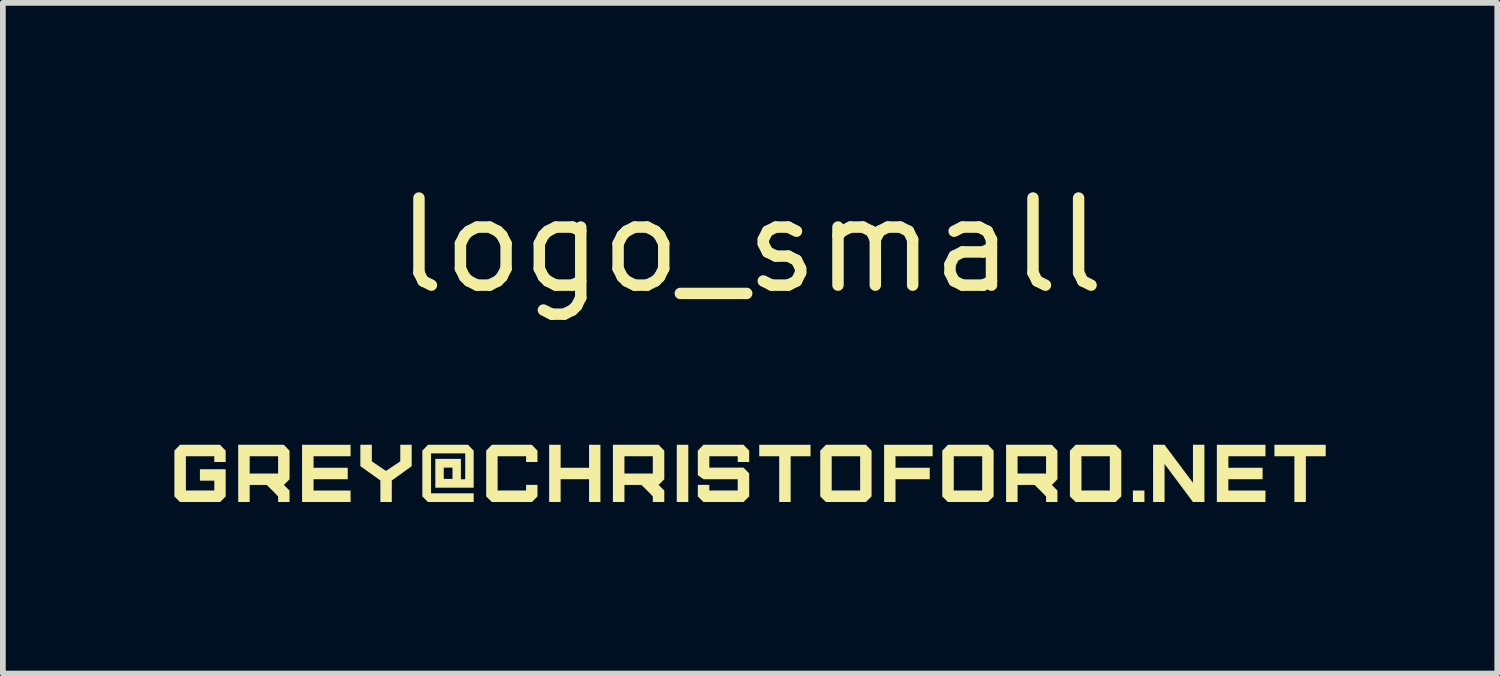
<source format=kicad_pcb>
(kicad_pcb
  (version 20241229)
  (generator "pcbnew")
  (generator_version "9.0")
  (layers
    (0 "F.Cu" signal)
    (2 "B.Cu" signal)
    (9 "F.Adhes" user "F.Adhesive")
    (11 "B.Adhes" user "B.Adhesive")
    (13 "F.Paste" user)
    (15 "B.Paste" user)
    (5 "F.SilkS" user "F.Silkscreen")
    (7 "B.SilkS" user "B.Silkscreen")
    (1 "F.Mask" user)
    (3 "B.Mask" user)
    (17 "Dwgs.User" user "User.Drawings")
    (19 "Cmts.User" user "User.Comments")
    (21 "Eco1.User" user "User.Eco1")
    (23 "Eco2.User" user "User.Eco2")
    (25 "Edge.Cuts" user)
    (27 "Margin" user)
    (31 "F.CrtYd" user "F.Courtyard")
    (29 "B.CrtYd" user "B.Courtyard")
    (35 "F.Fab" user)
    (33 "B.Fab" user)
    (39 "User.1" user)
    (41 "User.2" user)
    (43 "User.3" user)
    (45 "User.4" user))
  (footprint "logo_small"
    (layer "F.Cu")
    (at 10.084 5.243)
    (property "Reference" "logo_small" (at 0 -4 0) (layer "F.SilkS") (effects (font (size 1.524 1.524) (thickness 0.2))))
    (attr through_hole)
    (fp_poly (pts (xy -1.295 -0.512) (xy -1.295 0.488) (xy -1.095 0.488) (xy -1.095 -0.512)) (stroke (width 0.001) (type solid)) (fill yes) (layer "F.SilkS"))
    (fp_poly (pts (xy 6.884 0.288) (xy 6.684 0.288) (xy 6.684 0.488) (xy 6.884 0.488)) (stroke (width 0.001) (type solid)) (fill yes) (layer "F.SilkS"))
    (fp_poly (pts (xy 1.043 -0.512) (xy 0.147 -0.512) (xy 0.147 -0.312) (xy 0.496 -0.312) (xy 0.496 0.488) (xy 0.696 0.488) (xy 0.696 -0.312) (xy 1.043 -0.312)) (stroke (width 0.001) (type solid)) (fill yes) (layer "F.SilkS"))
    (fp_poly (pts (xy 10.055 -0.512) (xy 9.159 -0.512) (xy 9.159 -0.312) (xy 9.508 -0.312) (xy 9.508 0.488) (xy 9.708 0.488) (xy 9.708 -0.312) (xy 10.055 -0.312)) (stroke (width 0.001) (type solid)) (fill yes) (layer "F.SilkS"))
    (fp_poly (pts (xy 2.331 -0.512) (xy 2.331 0.488) (xy 2.53 0.488) (xy 2.53 0.089) (xy 3.129 0.089) (xy 3.129 -0.11) (xy 2.53 -0.11) (xy 2.53 -0.312) (xy 3.179 -0.312) (xy 3.179 -0.512)) (stroke (width 0.001) (type solid)) (fill yes) (layer "F.SilkS"))
    (fp_poly (pts (xy 7.236 -0.512) (xy 7.036 -0.512) (xy 7.036 0.488) (xy 7.236 0.488) (xy 7.236 -0.179) (xy 7.734 0.488) (xy 7.933 0.488) (xy 7.933 -0.512) (xy 7.734 -0.512) (xy 7.734 0.154)) (stroke (width 0.001) (type solid)) (fill yes) (layer "F.SilkS"))
    (fp_poly (pts (xy -7.65 0.089) (xy -7.052 0.089) (xy -7.052 -0.11) (xy -7.65 -0.11) (xy -7.65 -0.312) (xy -7.002 -0.312) (xy -7.002 -0.512) (xy -7.85 -0.512) (xy -7.85 0.488) (xy -7.002 0.488) (xy -7.002 0.288) (xy -7.65 0.288)) (stroke (width 0.001) (type solid)) (fill yes) (layer "F.SilkS"))
    (fp_poly (pts (xy -3.328 -0.512) (xy -3.528 -0.512) (xy -3.528 0.488) (xy -3.328 0.488) (xy -3.328 0.089) (xy -2.83 0.089) (xy -2.83 0.488) (xy -2.632 0.488) (xy -2.632 -0.512) (xy -2.83 -0.512) (xy -2.83 -0.11) (xy -3.328 -0.11)) (stroke (width 0.001) (type solid)) (fill yes) (layer "F.SilkS"))
    (fp_poly (pts (xy 9.001 -0.512) (xy 8.152 -0.512) (xy 8.152 0.488) (xy 9.001 0.488) (xy 9.001 0.288) (xy 8.352 0.288) (xy 8.352 0.089) (xy 8.951 0.089) (xy 8.951 -0.11) (xy 8.352 -0.11) (xy 8.352 -0.312) (xy 9.001 -0.312)) (stroke (width 0.001) (type solid)) (fill yes) (layer "F.SilkS"))
    (fp_poly (pts (xy -6.132 -0.223) (xy -6.383 -0.055) (xy -6.63 -0.223) (xy -6.63 -0.512) (xy -6.83 -0.512) (xy -6.83 -0.139) (xy -6.48 0.111) (xy -6.48 0.488) (xy -6.281 0.488) (xy -6.281 0.111) (xy -5.933 -0.139) (xy -5.933 -0.512) (xy -6.132 -0.512)) (stroke (width 0.001) (type solid)) (fill yes) (layer "F.SilkS"))
    (fp_poly (pts (xy 1.214 -0.41) (xy 1.414 -0.312) (xy 1.912 -0.312) (xy 1.912 0.288) (xy 1.414 0.288) (xy 1.414 -0.312) (xy 1.214 -0.41) (xy 1.214 0.39) (xy 1.313 0.488) (xy 2.012 0.488) (xy 2.111 0.39) (xy 2.111 -0.41) (xy 2.012 -0.512) (xy 1.313 -0.512)) (stroke (width 0.001) (type solid)) (fill yes) (layer "F.SilkS"))
    (fp_poly (pts (xy 4.147 -0.512) (xy 3.447 -0.512) (xy 3.349 -0.41) (xy 3.549 -0.312) (xy 4.047 -0.312) (xy 4.047 0.288) (xy 3.549 0.288) (xy 3.549 -0.312) (xy 3.349 -0.41) (xy 3.349 0.39) (xy 3.447 0.488) (xy 4.147 0.488) (xy 4.246 0.39) (xy 4.246 -0.41)) (stroke (width 0.001) (type solid)) (fill yes) (layer "F.SilkS"))
    (fp_poly (pts (xy 5.681 0.488) (xy 6.38 0.488) (xy 6.28 0.288) (xy 5.782 0.288) (xy 5.782 -0.312) (xy 6.28 -0.312) (xy 6.28 0.288) (xy 6.38 0.488) (xy 6.479 0.39) (xy 6.479 -0.41) (xy 6.38 -0.512) (xy 5.681 -0.512) (xy 5.582 -0.41) (xy 5.582 0.39)) (stroke (width 0.001) (type solid)) (fill yes) (layer "F.SilkS"))
    (fp_poly (pts (xy -4.43 -0.312) (xy -3.931 -0.312) (xy -3.931 -0.212) (xy -3.733 -0.212) (xy -3.733 -0.41) (xy -3.831 -0.512) (xy -4.531 -0.512) (xy -4.629 -0.41) (xy -4.629 0.39) (xy -4.531 0.488) (xy -3.831 0.488) (xy -3.733 0.39) (xy -3.733 0.19) (xy -3.931 0.19) (xy -3.931 0.288) (xy -4.43 0.288)) (stroke (width 0.001) (type solid)) (fill yes) (layer "F.SilkS"))
    (fp_poly (pts (xy -10.083 0.39) (xy -9.985 0.488) (xy -9.285 0.488) (xy -9.187 0.39) (xy -9.187 -0.085) (xy -9.636 -0.085) (xy -9.636 0.115) (xy -9.385 0.115) (xy -9.385 0.288) (xy -9.883 0.288) (xy -9.883 -0.312) (xy -9.385 -0.312) (xy -9.385 -0.212) (xy -9.187 -0.212) (xy -9.187 -0.41) (xy -9.285 -0.512) (xy -9.985 -0.512) (xy -10.083 -0.41)) (stroke (width 0.001) (type solid)) (fill yes) (layer "F.SilkS"))
    (fp_poly (pts (xy -8.767 0.488) (xy -8.767 -0.01) (xy -8.767 -0.312) (xy -8.269 -0.312) (xy -8.269 -0.01) (xy -8.767 -0.01) (xy -8.767 0.488) (xy -8.767 0.19) (xy -8.468 0.19) (xy -8.368 0.288) (xy -8.269 0.39) (xy -8.269 0.488) (xy -8.07 0.488) (xy -8.07 0.288) (xy -8.169 0.19) (xy -8.07 0.09) (xy -8.07 -0.41) (xy -8.169 -0.512) (xy -8.967 -0.512) (xy -8.967 0.488)) (stroke (width 0.001) (type solid)) (fill yes) (layer "F.SilkS"))
    (fp_poly (pts (xy -2.212 0.19) (xy -2.212 -0.312) (xy -1.714 -0.312) (xy -1.714 -0.01) (xy -2.212 -0.01) (xy -2.212 -0.312) (xy -2.212 0.19) (xy -1.913 0.19) (xy -1.813 0.288) (xy -1.714 0.39) (xy -1.714 0.488) (xy -1.515 0.488) (xy -1.515 0.288) (xy -1.614 0.19) (xy -1.515 0.09) (xy -1.515 -0.41) (xy -1.614 -0.512) (xy -2.412 -0.512) (xy -2.412 0.488) (xy -2.212 0.488)) (stroke (width 0.001) (type solid)) (fill yes) (layer "F.SilkS"))
    (fp_poly (pts (xy 4.465 -0.512) (xy 4.465 0.488) (xy 4.665 0.488) (xy 4.665 -0.312) (xy 5.164 -0.312) (xy 5.164 -0.01) (xy 4.665 -0.01) (xy 4.665 -0.312) (xy 4.665 0.488) (xy 4.665 0.19) (xy 4.964 0.19) (xy 5.064 0.288) (xy 5.164 0.39) (xy 5.164 0.488) (xy 5.362 0.488) (xy 5.362 0.288) (xy 5.264 0.19) (xy 5.362 0.09) (xy 5.362 -0.41) (xy 5.264 -0.512)) (stroke (width 0.001) (type solid)) (fill yes) (layer "F.SilkS"))
    (fp_poly (pts (xy -0.03 -0.41) (xy -0.129 -0.512) (xy -0.829 -0.512) (xy -0.927 -0.41) (xy -0.927 0.018) (xy -0.829 0.089) (xy -0.229 0.089) (xy -0.229 0.288) (xy -0.727 0.288) (xy -0.727 0.19) (xy -0.927 0.19) (xy -0.927 0.39) (xy -0.829 0.488) (xy -0.129 0.488) (xy -0.03 0.39) (xy -0.03 -0.012) (xy -0.129 -0.112) (xy -0.727 -0.112) (xy -0.727 -0.312) (xy -0.229 -0.312) (xy -0.229 -0.212) (xy -0.03 -0.212)) (stroke (width 0.001) (type solid)) (fill yes) (layer "F.SilkS"))
    (fp_poly (pts (xy -5.647 0.488) (xy -4.849 0.488) (xy -4.849 0.337) (xy -5.595 0.337) (xy -5.595 -0.363) (xy -4.996 -0.363) (xy -4.996 0.09) (xy -5.072 0.09) (xy -5.219 0.084) (xy -5.372 0.084) (xy -5.372 -0.114) (xy -5.219 -0.114) (xy -5.219 0.084) (xy -5.072 0.09) (xy -5.072 -0.265) (xy -5.519 -0.265) (xy -5.519 0.237) (xy -4.849 0.237) (xy -4.849 -0.41) (xy -4.948 -0.512) (xy -5.647 -0.512) (xy -5.746 -0.41) (xy -5.746 0.39)) (stroke (width 0.001) (type solid)) (fill yes) (layer "F.SilkS")))
  (gr_rect
    (start -3 -3)
    (end 23.14 8.731)
    (stroke (width 0.1) (type default))
    (fill no)
    (layer "Edge.Cuts")))
</source>
